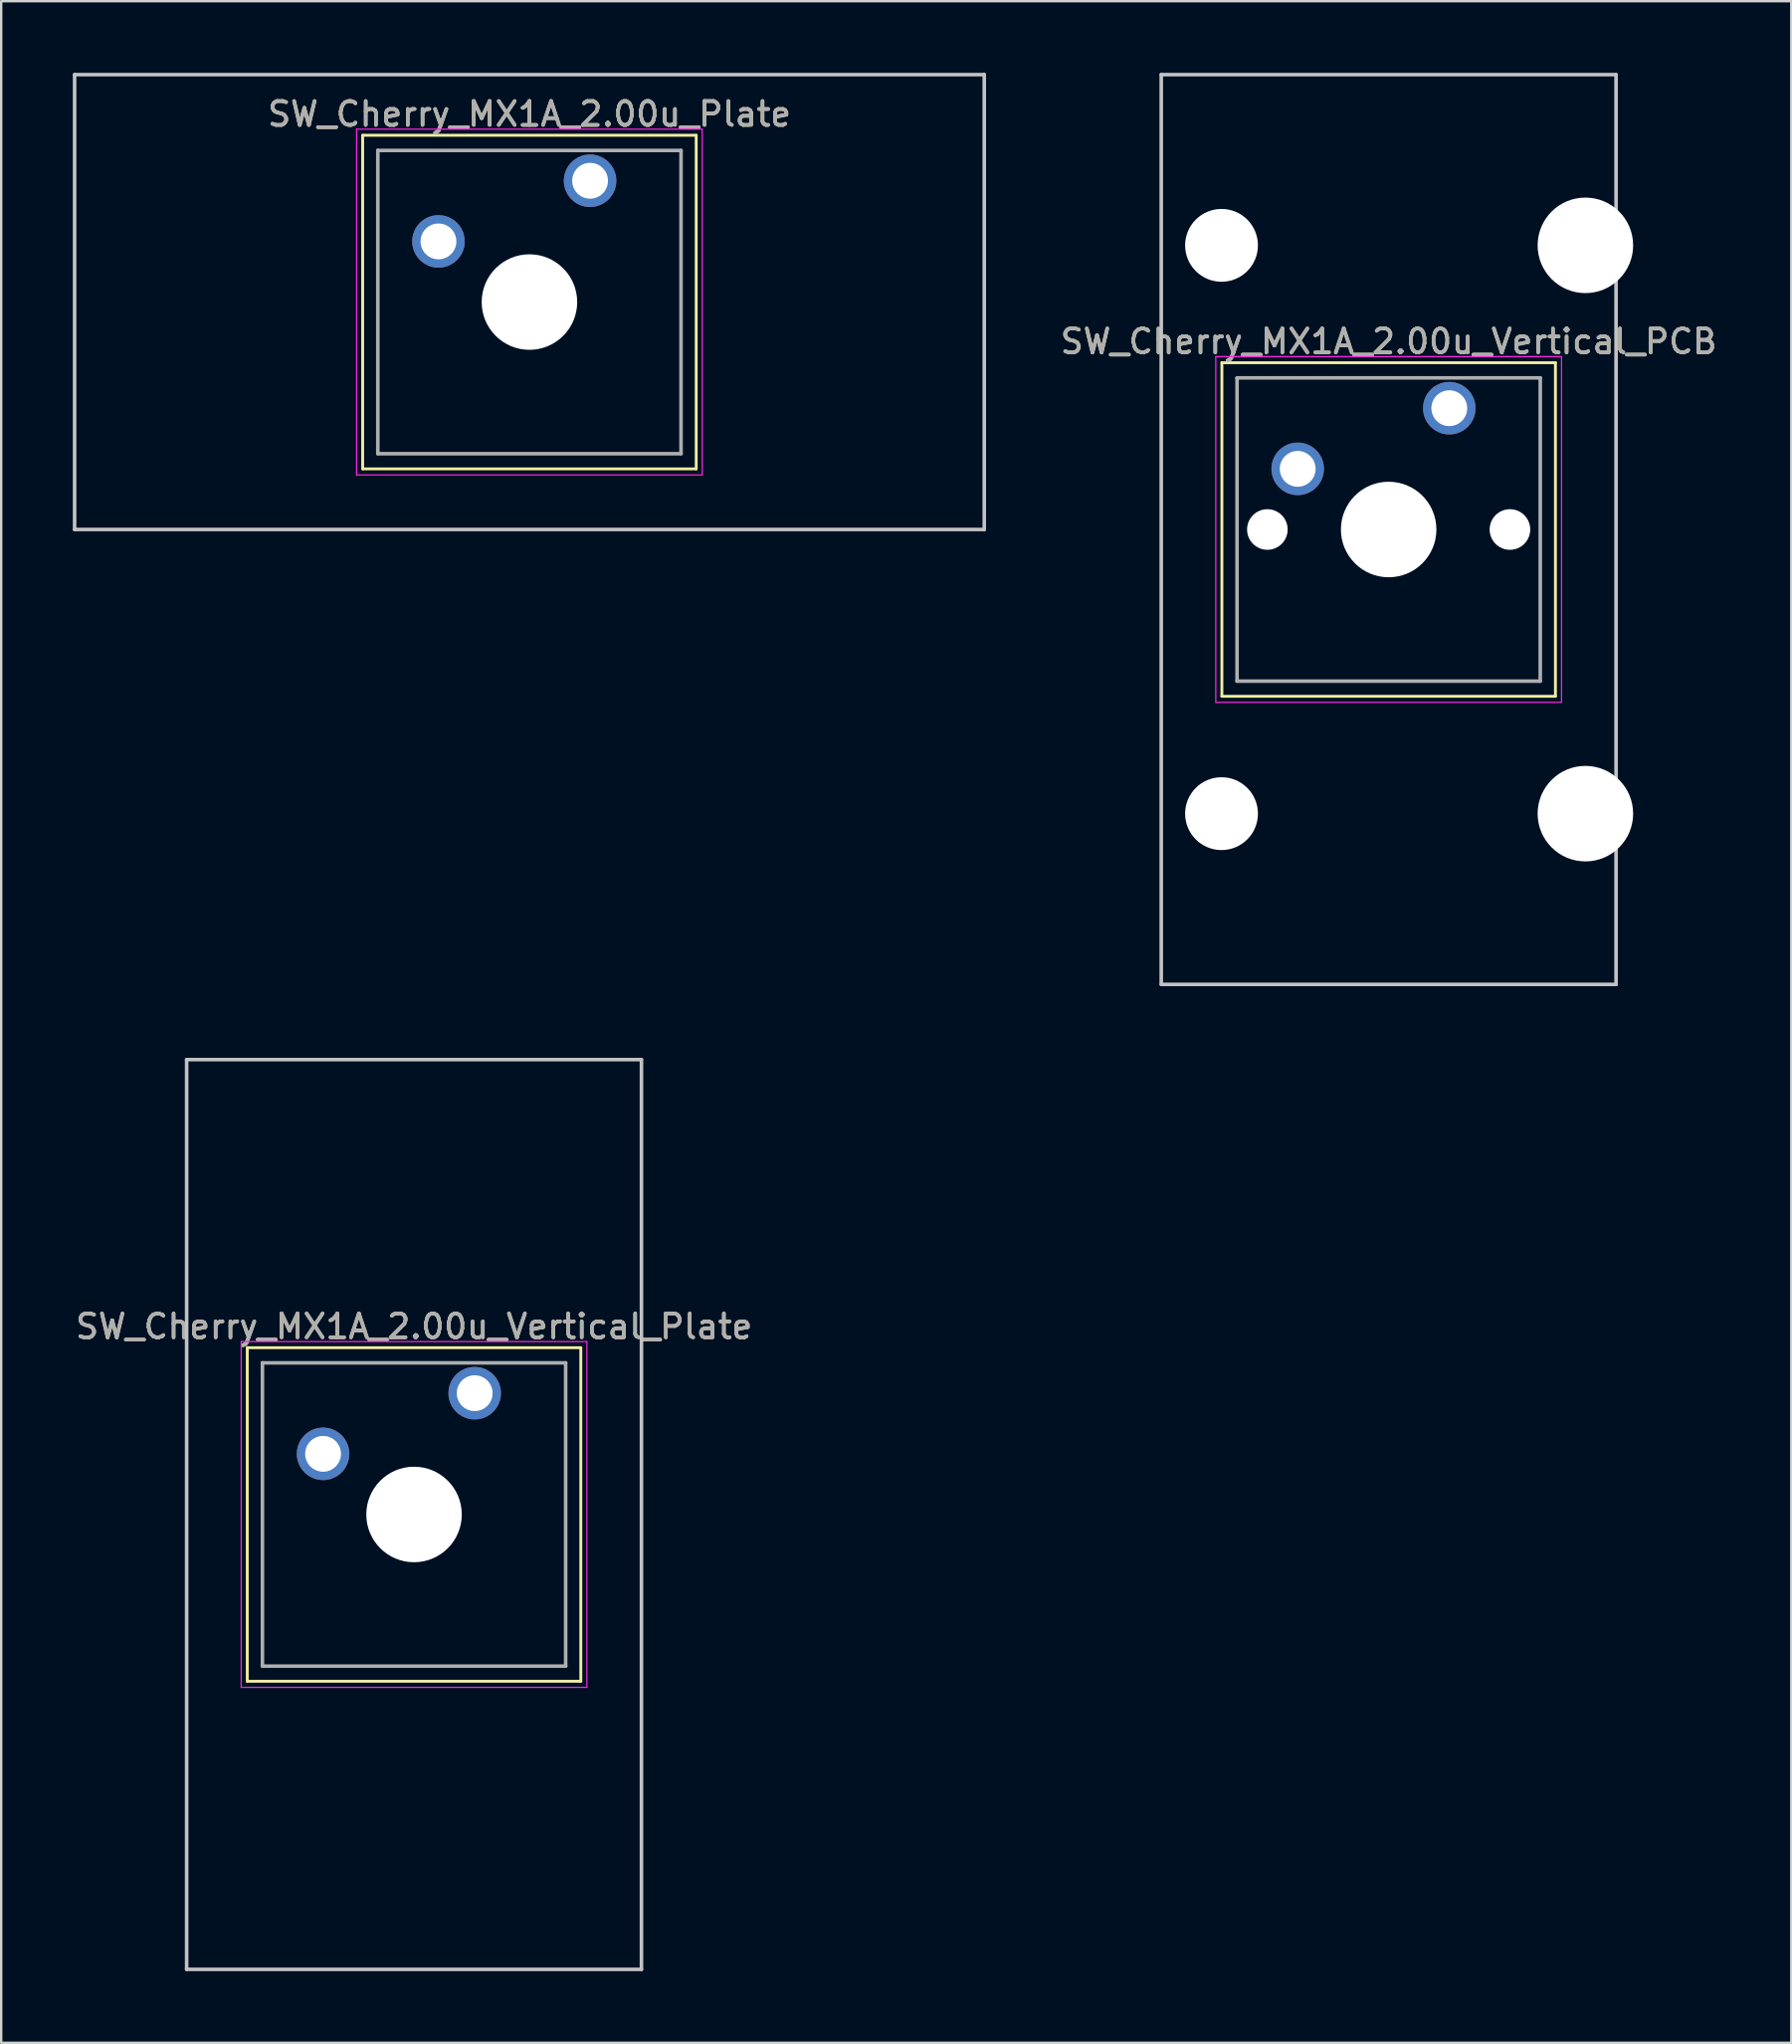
<source format=kicad_pcb>
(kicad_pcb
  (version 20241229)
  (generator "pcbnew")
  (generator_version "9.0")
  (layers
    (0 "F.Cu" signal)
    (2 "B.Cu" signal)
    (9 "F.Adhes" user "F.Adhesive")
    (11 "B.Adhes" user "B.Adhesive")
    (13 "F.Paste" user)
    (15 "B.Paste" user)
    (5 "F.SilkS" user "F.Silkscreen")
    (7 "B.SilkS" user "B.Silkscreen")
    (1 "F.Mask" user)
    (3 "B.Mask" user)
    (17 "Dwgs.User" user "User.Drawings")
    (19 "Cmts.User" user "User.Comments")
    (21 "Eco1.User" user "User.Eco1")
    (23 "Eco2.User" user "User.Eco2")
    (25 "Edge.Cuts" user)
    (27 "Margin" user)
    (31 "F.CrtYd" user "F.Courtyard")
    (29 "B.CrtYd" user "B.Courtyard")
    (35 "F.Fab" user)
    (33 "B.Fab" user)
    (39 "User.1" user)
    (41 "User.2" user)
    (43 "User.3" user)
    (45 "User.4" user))
  (footprint "SW_Cherry_MX1A_2.00u_Vertical_Plate"
    (layer "F.Cu")
    (at 16.832 55.295)
    (property "Reference" "SW_Cherry_MX1A_2.00u_Vertical_Plate" (at -2.54 -2.794 0) (layer "F.SilkS") (effects (font (size 1 1) (thickness 0.15))))
    (attr through_hole)
    (fp_line (start -9.525 -1.905) (end 4.445 -1.905) (stroke (width 0.12) (type solid)) (layer "F.SilkS"))
    (fp_line (start -9.525 12.065) (end -9.525 -1.905) (stroke (width 0.12) (type solid)) (layer "F.SilkS"))
    (fp_line (start 4.445 -1.905) (end 4.445 12.065) (stroke (width 0.12) (type solid)) (layer "F.SilkS"))
    (fp_line (start 4.445 12.065) (end -9.525 12.065) (stroke (width 0.12) (type solid)) (layer "F.SilkS"))
    (fp_line (start -12.065 -13.97) (end 6.985 -13.97) (stroke (width 0.15) (type solid)) (layer "Dwgs.User"))
    (fp_line (start -12.065 24.13) (end -12.065 -13.97) (stroke (width 0.15) (type solid)) (layer "Dwgs.User"))
    (fp_line (start 6.985 -13.97) (end 6.985 24.13) (stroke (width 0.15) (type solid)) (layer "Dwgs.User"))
    (fp_line (start 6.985 24.13) (end -12.065 24.13) (stroke (width 0.15) (type solid)) (layer "Dwgs.User"))
    (fp_line (start -9.78 -2.16) (end 4.7 -2.16) (stroke (width 0.05) (type solid)) (layer "F.CrtYd"))
    (fp_line (start -9.78 12.32) (end -9.78 -2.16) (stroke (width 0.05) (type solid)) (layer "F.CrtYd"))
    (fp_line (start 4.7 -2.16) (end 4.7 12.32) (stroke (width 0.05) (type solid)) (layer "F.CrtYd"))
    (fp_line (start 4.7 12.32) (end -9.78 12.32) (stroke (width 0.05) (type solid)) (layer "F.CrtYd"))
    (fp_line (start -8.89 -1.27) (end 3.81 -1.27) (stroke (width 0.15) (type solid)) (layer "F.Fab"))
    (fp_line (start -8.89 11.43) (end -8.89 -1.27) (stroke (width 0.15) (type solid)) (layer "F.Fab"))
    (fp_line (start 3.81 -1.27) (end 3.81 11.43) (stroke (width 0.15) (type solid)) (layer "F.Fab"))
    (fp_line (start 3.81 11.43) (end -8.89 11.43) (stroke (width 0.15) (type solid)) (layer "F.Fab"))
    (fp_text user "${REFERENCE}" (at -2.54 -2.794 0) (layer "F.Fab") (effects (font (size 1 1) (thickness 0.15))))
    (pad "" np_thru_hole circle (at -2.54 5.08) (size 4 4) (drill 4) (layers "*.Cu" "*.Mask"))
    (pad "1" thru_hole circle (at 0 0) (size 2.2 2.2) (drill 1.5) (layers "*.Cu" "*.Mask"))
    (pad "2" thru_hole circle (at -6.35 2.54) (size 2.2 2.2) (drill 1.5) (layers "*.Cu" "*.Mask")))
  (footprint "SW_Cherry_MX1A_2.00u_Vertical_PCB"
    (layer "F.Cu")
    (at 57.653 14.045)
    (property "Reference" "SW_Cherry_MX1A_2.00u_Vertical_PCB" (at -2.54 -2.794 0) (layer "F.SilkS") (effects (font (size 1 1) (thickness 0.15))))
    (attr through_hole)
    (fp_line (start -9.525 -1.905) (end 4.445 -1.905) (stroke (width 0.12) (type solid)) (layer "F.SilkS"))
    (fp_line (start -9.525 12.065) (end -9.525 -1.905) (stroke (width 0.12) (type solid)) (layer "F.SilkS"))
    (fp_line (start 4.445 -1.905) (end 4.445 12.065) (stroke (width 0.12) (type solid)) (layer "F.SilkS"))
    (fp_line (start 4.445 12.065) (end -9.525 12.065) (stroke (width 0.12) (type solid)) (layer "F.SilkS"))
    (fp_line (start -12.065 -13.97) (end 6.985 -13.97) (stroke (width 0.15) (type solid)) (layer "Dwgs.User"))
    (fp_line (start -12.065 24.13) (end -12.065 -13.97) (stroke (width 0.15) (type solid)) (layer "Dwgs.User"))
    (fp_line (start 6.985 -13.97) (end 6.985 24.13) (stroke (width 0.15) (type solid)) (layer "Dwgs.User"))
    (fp_line (start 6.985 24.13) (end -12.065 24.13) (stroke (width 0.15) (type solid)) (layer "Dwgs.User"))
    (fp_line (start -9.78 -2.16) (end 4.7 -2.16) (stroke (width 0.05) (type solid)) (layer "F.CrtYd"))
    (fp_line (start -9.78 12.32) (end -9.78 -2.16) (stroke (width 0.05) (type solid)) (layer "F.CrtYd"))
    (fp_line (start 4.7 -2.16) (end 4.7 12.32) (stroke (width 0.05) (type solid)) (layer "F.CrtYd"))
    (fp_line (start 4.7 12.32) (end -9.78 12.32) (stroke (width 0.05) (type solid)) (layer "F.CrtYd"))
    (fp_line (start -8.89 -1.27) (end 3.81 -1.27) (stroke (width 0.15) (type solid)) (layer "F.Fab"))
    (fp_line (start -8.89 11.43) (end -8.89 -1.27) (stroke (width 0.15) (type solid)) (layer "F.Fab"))
    (fp_line (start 3.81 -1.27) (end 3.81 11.43) (stroke (width 0.15) (type solid)) (layer "F.Fab"))
    (fp_line (start 3.81 11.43) (end -8.89 11.43) (stroke (width 0.15) (type solid)) (layer "F.Fab"))
    (fp_text user "${REFERENCE}" (at -2.54 -2.794 0) (layer "F.Fab") (effects (font (size 1 1) (thickness 0.15))))
    (pad "" np_thru_hole circle (at -9.54 -6.82) (size 3.05 3.05) (drill 3.05) (layers "*.Cu" "*.Mask"))
    (pad "" np_thru_hole circle (at -9.54 16.98) (size 3.05 3.05) (drill 3.05) (layers "*.Cu" "*.Mask"))
    (pad "" np_thru_hole circle (at -7.62 5.08) (size 1.7 1.7) (drill 1.7) (layers "*.Cu" "*.Mask"))
    (pad "" np_thru_hole circle (at -2.54 5.08) (size 4 4) (drill 4) (layers "*.Cu" "*.Mask"))
    (pad "" np_thru_hole circle (at 2.54 5.08) (size 1.7 1.7) (drill 1.7) (layers "*.Cu" "*.Mask"))
    (pad "" np_thru_hole circle (at 5.7 -6.82) (size 4 4) (drill 4) (layers "*.Cu" "*.Mask"))
    (pad "" np_thru_hole circle (at 5.7 16.98) (size 4 4) (drill 4) (layers "*.Cu" "*.Mask"))
    (pad "1" thru_hole circle (at 0 0) (size 2.2 2.2) (drill 1.5) (layers "*.Cu" "*.Mask"))
    (pad "2" thru_hole circle (at -6.35 2.54) (size 2.2 2.2) (drill 1.5) (layers "*.Cu" "*.Mask")))
  (footprint "SW_Cherry_MX1A_2.00u_Plate"
    (layer "F.Cu")
    (at 21.665 4.52)
    (property "Reference" "SW_Cherry_MX1A_2.00u_Plate" (at -2.54 -2.794 0) (layer "F.SilkS") (effects (font (size 1 1) (thickness 0.15))))
    (attr through_hole)
    (fp_line (start -9.525 -1.905) (end 4.445 -1.905) (stroke (width 0.12) (type solid)) (layer "F.SilkS"))
    (fp_line (start -9.525 12.065) (end -9.525 -1.905) (stroke (width 0.12) (type solid)) (layer "F.SilkS"))
    (fp_line (start 4.445 -1.905) (end 4.445 12.065) (stroke (width 0.12) (type solid)) (layer "F.SilkS"))
    (fp_line (start 4.445 12.065) (end -9.525 12.065) (stroke (width 0.12) (type solid)) (layer "F.SilkS"))
    (fp_line (start -21.59 -4.445) (end 16.51 -4.445) (stroke (width 0.15) (type solid)) (layer "Dwgs.User"))
    (fp_line (start -21.59 14.605) (end -21.59 -4.445) (stroke (width 0.15) (type solid)) (layer "Dwgs.User"))
    (fp_line (start 16.51 -4.445) (end 16.51 14.605) (stroke (width 0.15) (type solid)) (layer "Dwgs.User"))
    (fp_line (start 16.51 14.605) (end -21.59 14.605) (stroke (width 0.15) (type solid)) (layer "Dwgs.User"))
    (fp_line (start -9.78 -2.16) (end 4.7 -2.16) (stroke (width 0.05) (type solid)) (layer "F.CrtYd"))
    (fp_line (start -9.78 12.32) (end -9.78 -2.16) (stroke (width 0.05) (type solid)) (layer "F.CrtYd"))
    (fp_line (start 4.7 -2.16) (end 4.7 12.32) (stroke (width 0.05) (type solid)) (layer "F.CrtYd"))
    (fp_line (start 4.7 12.32) (end -9.78 12.32) (stroke (width 0.05) (type solid)) (layer "F.CrtYd"))
    (fp_line (start -8.89 -1.27) (end 3.81 -1.27) (stroke (width 0.15) (type solid)) (layer "F.Fab"))
    (fp_line (start -8.89 11.43) (end -8.89 -1.27) (stroke (width 0.15) (type solid)) (layer "F.Fab"))
    (fp_line (start 3.81 -1.27) (end 3.81 11.43) (stroke (width 0.15) (type solid)) (layer "F.Fab"))
    (fp_line (start 3.81 11.43) (end -8.89 11.43) (stroke (width 0.15) (type solid)) (layer "F.Fab"))
    (fp_text user "${REFERENCE}" (at -2.54 -2.794 0) (layer "F.Fab") (effects (font (size 1 1) (thickness 0.15))))
    (pad "" np_thru_hole circle (at -2.54 5.08) (size 4 4) (drill 4) (layers "*.Cu" "*.Mask"))
    (pad "1" thru_hole circle (at 0 0) (size 2.2 2.2) (drill 1.5) (layers "*.Cu" "*.Mask"))
    (pad "2" thru_hole circle (at -6.35 2.54) (size 2.2 2.2) (drill 1.5) (layers "*.Cu" "*.Mask")))
  (gr_rect
    (start -3 -3)
    (end 71.976 82.5)
    (stroke (width 0.1) (type default))
    (fill no)
    (layer "Edge.Cuts")))
</source>
